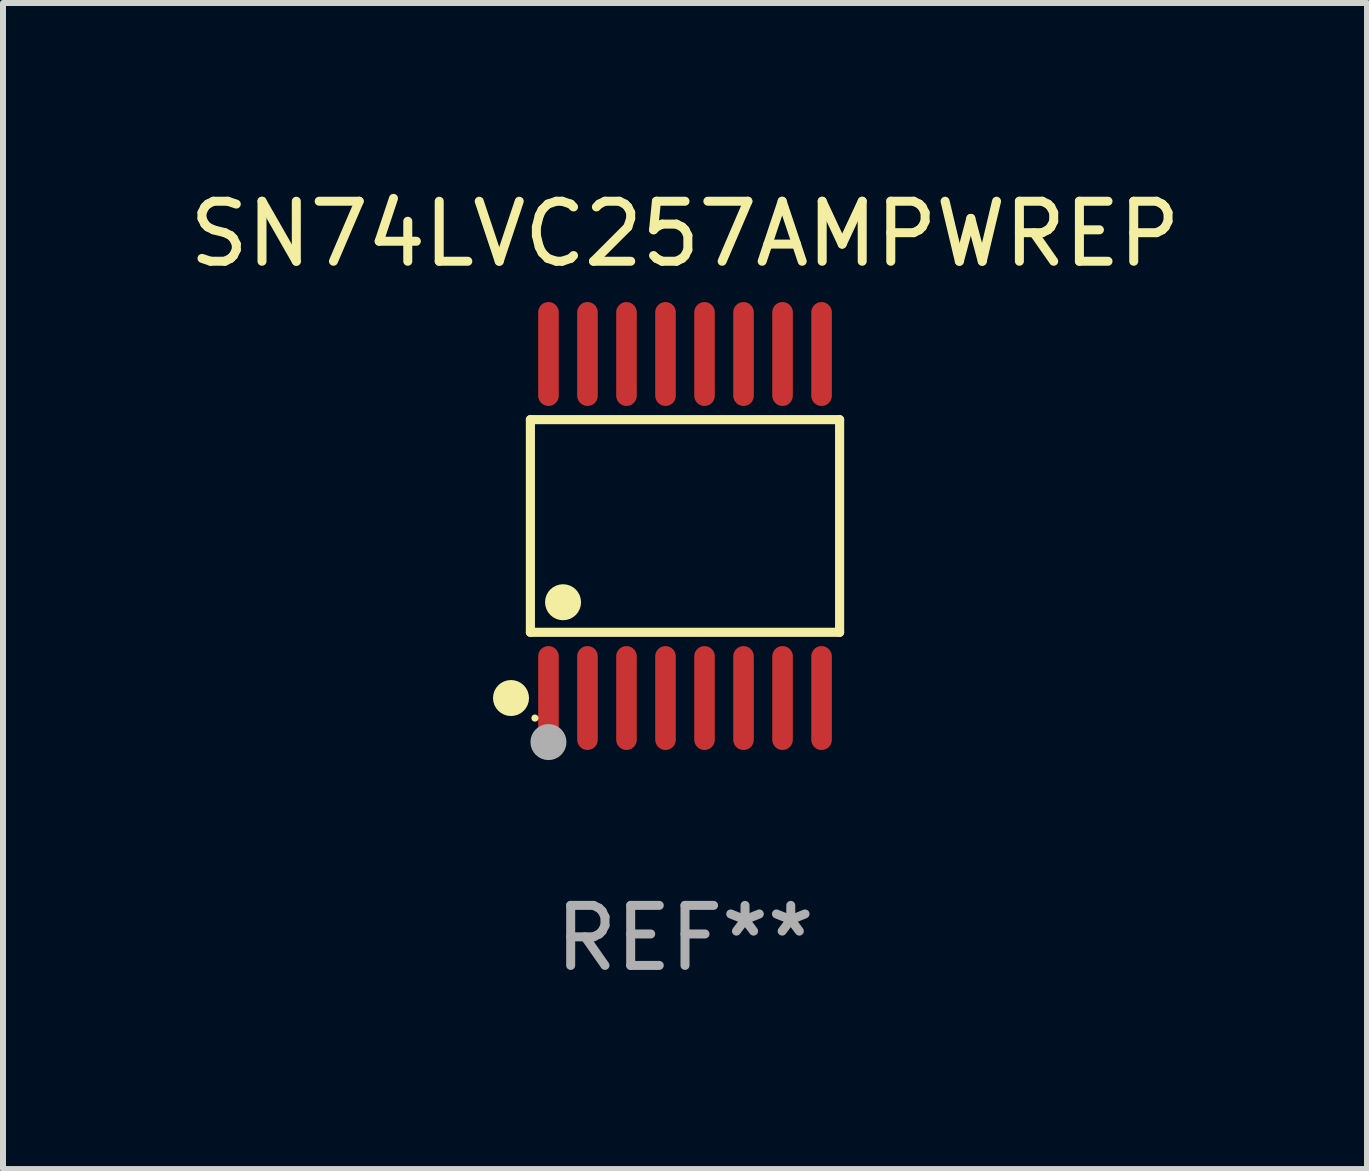
<source format=kicad_pcb>
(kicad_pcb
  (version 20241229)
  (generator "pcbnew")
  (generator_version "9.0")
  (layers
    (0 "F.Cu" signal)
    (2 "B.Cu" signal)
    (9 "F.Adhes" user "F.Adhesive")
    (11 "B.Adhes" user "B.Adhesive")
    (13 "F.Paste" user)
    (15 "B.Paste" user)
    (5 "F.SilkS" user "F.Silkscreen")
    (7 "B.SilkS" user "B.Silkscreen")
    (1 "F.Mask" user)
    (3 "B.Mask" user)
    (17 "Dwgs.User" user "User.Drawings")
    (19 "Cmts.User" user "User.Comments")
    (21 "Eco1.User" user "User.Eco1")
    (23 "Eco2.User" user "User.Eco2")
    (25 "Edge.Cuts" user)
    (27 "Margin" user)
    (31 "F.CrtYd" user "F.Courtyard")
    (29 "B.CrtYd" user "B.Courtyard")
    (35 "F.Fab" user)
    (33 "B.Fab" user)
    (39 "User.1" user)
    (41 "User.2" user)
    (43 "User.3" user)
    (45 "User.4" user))
  (footprint "SN74LVC257AMPWREP"
    (layer "F.Cu")
    (at 8.363 5.714)
    (property "Reference" "SN74LVC257AMPWREP" (at 0 -4.866 0) (layer "F.SilkS") (effects (font (size 1 1) (thickness 0.15))))
    (attr through_hole)
    (fp_line (start -2.576 -1.772) (end 2.576 -1.772) (stroke (width 0.152) (type solid)) (layer "F.SilkS"))
    (fp_line (start -2.576 1.771) (end -2.576 -1.772) (stroke (width 0.152) (type solid)) (layer "F.SilkS"))
    (fp_line (start 2.576 -1.772) (end 2.576 1.771) (stroke (width 0.152) (type solid)) (layer "F.SilkS"))
    (fp_line (start 2.576 1.771) (end -2.576 1.771) (stroke (width 0.152) (type solid)) (layer "F.SilkS"))
    (fp_circle (center -2.899 2.866) (end -2.749 2.866) (stroke (width 0.3) (type solid)) (fill no) (layer "F.SilkS"))
    (fp_circle (center -2.5 3.2) (end -2.47 3.2) (stroke (width 0.06) (type solid)) (fill no) (layer "F.SilkS"))
    (fp_circle (center -2.032 1.27) (end -1.882 1.27) (stroke (width 0.3) (type solid)) (fill no) (layer "F.SilkS"))
    (fp_circle (center -2.275 3.6) (end -2.125 3.6) (stroke (width 0.3) (type solid)) (fill no) (layer "F.Fab"))
    (fp_text user "REF**" (at 0 6.866 0) (layer "F.Fab") (effects (font (size 1 1) (thickness 0.15))))
    (pad "1" smd oval (at -2.275 2.866) (size 0.343 1.731) (layers "F.Cu" "F.Mask" "F.Paste"))
    (pad "2" smd oval (at -1.625 2.866) (size 0.343 1.731) (layers "F.Cu" "F.Mask" "F.Paste"))
    (pad "3" smd oval (at -0.975 2.866) (size 0.343 1.731) (layers "F.Cu" "F.Mask" "F.Paste"))
    (pad "4" smd oval (at -0.325 2.866) (size 0.343 1.731) (layers "F.Cu" "F.Mask" "F.Paste"))
    (pad "5" smd oval (at 0.325 2.866) (size 0.343 1.731) (layers "F.Cu" "F.Mask" "F.Paste"))
    (pad "6" smd oval (at 0.975 2.866) (size 0.343 1.731) (layers "F.Cu" "F.Mask" "F.Paste"))
    (pad "7" smd oval (at 1.625 2.866) (size 0.343 1.731) (layers "F.Cu" "F.Mask" "F.Paste"))
    (pad "8" smd oval (at 2.275 2.866) (size 0.343 1.731) (layers "F.Cu" "F.Mask" "F.Paste"))
    (pad "9" smd oval (at 2.275 -2.866) (size 0.343 1.731) (layers "F.Cu" "F.Mask" "F.Paste"))
    (pad "10" smd oval (at 1.625 -2.866) (size 0.343 1.731) (layers "F.Cu" "F.Mask" "F.Paste"))
    (pad "11" smd oval (at 0.975 -2.866) (size 0.343 1.731) (layers "F.Cu" "F.Mask" "F.Paste"))
    (pad "12" smd oval (at 0.325 -2.866) (size 0.343 1.731) (layers "F.Cu" "F.Mask" "F.Paste"))
    (pad "13" smd oval (at -0.325 -2.866) (size 0.343 1.731) (layers "F.Cu" "F.Mask" "F.Paste"))
    (pad "14" smd oval (at -0.975 -2.866) (size 0.343 1.731) (layers "F.Cu" "F.Mask" "F.Paste"))
    (pad "15" smd oval (at -1.625 -2.866) (size 0.343 1.731) (layers "F.Cu" "F.Mask" "F.Paste"))
    (pad "16" smd oval (at -2.275 -2.866) (size 0.343 1.731) (layers "F.Cu" "F.Mask" "F.Paste")))
  (gr_rect
    (start -3 -3)
    (end 19.726 16.428)
    (stroke (width 0.1) (type default))
    (fill no)
    (layer "Edge.Cuts")))
</source>
